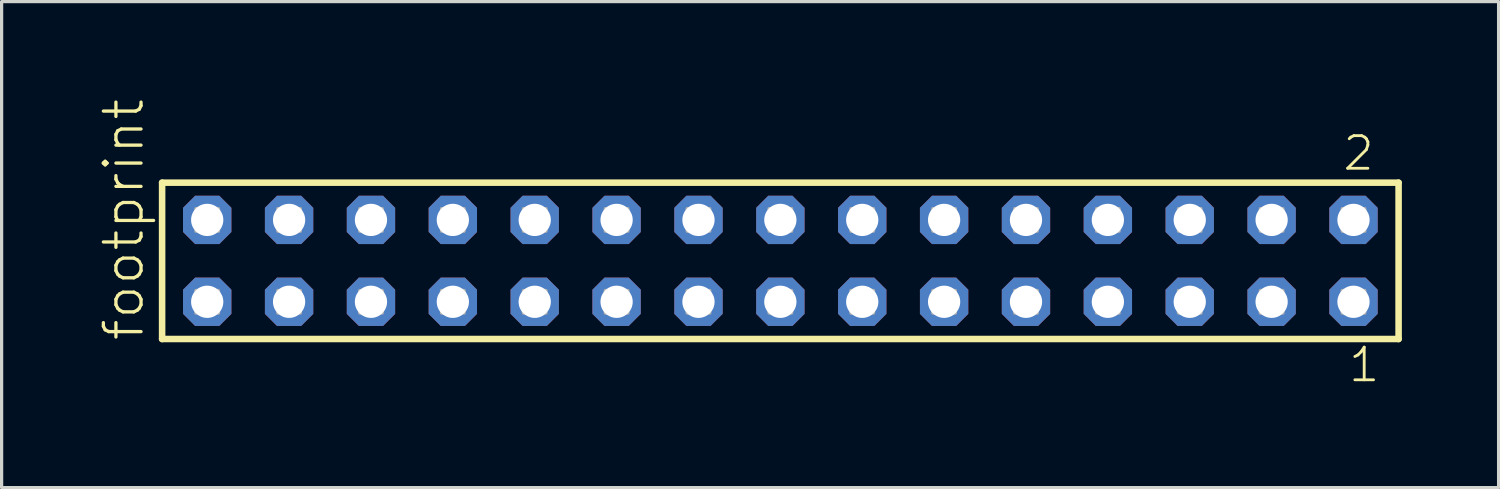
<source format=kicad_pcb>
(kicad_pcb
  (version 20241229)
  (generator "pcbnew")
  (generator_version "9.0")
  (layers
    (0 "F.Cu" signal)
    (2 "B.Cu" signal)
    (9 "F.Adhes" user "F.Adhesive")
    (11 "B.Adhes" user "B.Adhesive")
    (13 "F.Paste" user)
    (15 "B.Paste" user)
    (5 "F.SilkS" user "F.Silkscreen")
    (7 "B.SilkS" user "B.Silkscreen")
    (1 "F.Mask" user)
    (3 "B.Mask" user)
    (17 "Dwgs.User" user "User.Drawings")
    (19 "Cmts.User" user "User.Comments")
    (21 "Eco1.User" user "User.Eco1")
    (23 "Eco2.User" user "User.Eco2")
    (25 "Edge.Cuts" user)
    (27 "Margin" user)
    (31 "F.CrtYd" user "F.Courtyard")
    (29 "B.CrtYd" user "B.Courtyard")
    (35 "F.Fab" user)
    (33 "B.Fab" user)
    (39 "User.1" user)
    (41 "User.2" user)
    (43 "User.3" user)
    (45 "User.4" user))
  (footprint "footprint"
    (layer "F.Cu")
    (at 21.158 5.042)
    (property "Reference" "footprint" (at -19.685 2.54 90) (layer "F.SilkS") (effects (font (size 1.168 1.168) (thickness 0.102)) (justify left bottom)))
    (fp_line (start -19.179 -2.425) (end 19.179 -2.425) (stroke (width 0.203) (type solid)) (layer "F.SilkS"))
    (fp_line (start -19.179 2.425) (end -19.179 -2.425) (stroke (width 0.203) (type solid)) (layer "F.SilkS"))
    (fp_line (start 19.179 -2.425) (end 19.179 2.425) (stroke (width 0.203) (type solid)) (layer "F.SilkS"))
    (fp_line (start 19.179 2.425) (end -19.179 2.425) (stroke (width 0.203) (type solid)) (layer "F.SilkS"))
    (fp_poly (pts (xy -18.13 -0.92) (xy -17.43 -0.92) (xy -17.43 -1.62) (xy -18.13 -1.62)) (stroke (width 0.1) (type solid)) (fill no) (layer "F.Fab"))
    (fp_poly (pts (xy -18.13 1.62) (xy -17.43 1.62) (xy -17.43 0.92) (xy -18.13 0.92)) (stroke (width 0.1) (type solid)) (fill no) (layer "F.Fab"))
    (fp_poly (pts (xy -15.59 -0.92) (xy -14.89 -0.92) (xy -14.89 -1.62) (xy -15.59 -1.62)) (stroke (width 0.1) (type solid)) (fill no) (layer "F.Fab"))
    (fp_poly (pts (xy -15.59 1.62) (xy -14.89 1.62) (xy -14.89 0.92) (xy -15.59 0.92)) (stroke (width 0.1) (type solid)) (fill no) (layer "F.Fab"))
    (fp_poly (pts (xy -13.05 -0.92) (xy -12.35 -0.92) (xy -12.35 -1.62) (xy -13.05 -1.62)) (stroke (width 0.1) (type solid)) (fill no) (layer "F.Fab"))
    (fp_poly (pts (xy -13.05 1.62) (xy -12.35 1.62) (xy -12.35 0.92) (xy -13.05 0.92)) (stroke (width 0.1) (type solid)) (fill no) (layer "F.Fab"))
    (fp_poly (pts (xy -10.51 -0.92) (xy -9.81 -0.92) (xy -9.81 -1.62) (xy -10.51 -1.62)) (stroke (width 0.1) (type solid)) (fill no) (layer "F.Fab"))
    (fp_poly (pts (xy -10.51 1.62) (xy -9.81 1.62) (xy -9.81 0.92) (xy -10.51 0.92)) (stroke (width 0.1) (type solid)) (fill no) (layer "F.Fab"))
    (fp_poly (pts (xy -7.97 -0.92) (xy -7.27 -0.92) (xy -7.27 -1.62) (xy -7.97 -1.62)) (stroke (width 0.1) (type solid)) (fill no) (layer "F.Fab"))
    (fp_poly (pts (xy -7.97 1.62) (xy -7.27 1.62) (xy -7.27 0.92) (xy -7.97 0.92)) (stroke (width 0.1) (type solid)) (fill no) (layer "F.Fab"))
    (fp_poly (pts (xy -5.43 -0.92) (xy -4.73 -0.92) (xy -4.73 -1.62) (xy -5.43 -1.62)) (stroke (width 0.1) (type solid)) (fill no) (layer "F.Fab"))
    (fp_poly (pts (xy -5.43 1.62) (xy -4.73 1.62) (xy -4.73 0.92) (xy -5.43 0.92)) (stroke (width 0.1) (type solid)) (fill no) (layer "F.Fab"))
    (fp_poly (pts (xy -2.89 -0.92) (xy -2.19 -0.92) (xy -2.19 -1.62) (xy -2.89 -1.62)) (stroke (width 0.1) (type solid)) (fill no) (layer "F.Fab"))
    (fp_poly (pts (xy -2.89 1.62) (xy -2.19 1.62) (xy -2.19 0.92) (xy -2.89 0.92)) (stroke (width 0.1) (type solid)) (fill no) (layer "F.Fab"))
    (fp_poly (pts (xy -0.35 -0.92) (xy 0.35 -0.92) (xy 0.35 -1.62) (xy -0.35 -1.62)) (stroke (width 0.1) (type solid)) (fill no) (layer "F.Fab"))
    (fp_poly (pts (xy -0.35 1.62) (xy 0.35 1.62) (xy 0.35 0.92) (xy -0.35 0.92)) (stroke (width 0.1) (type solid)) (fill no) (layer "F.Fab"))
    (fp_poly (pts (xy 2.19 -0.92) (xy 2.89 -0.92) (xy 2.89 -1.62) (xy 2.19 -1.62)) (stroke (width 0.1) (type solid)) (fill no) (layer "F.Fab"))
    (fp_poly (pts (xy 2.19 1.62) (xy 2.89 1.62) (xy 2.89 0.92) (xy 2.19 0.92)) (stroke (width 0.1) (type solid)) (fill no) (layer "F.Fab"))
    (fp_poly (pts (xy 4.73 -0.92) (xy 5.43 -0.92) (xy 5.43 -1.62) (xy 4.73 -1.62)) (stroke (width 0.1) (type solid)) (fill no) (layer "F.Fab"))
    (fp_poly (pts (xy 4.73 1.62) (xy 5.43 1.62) (xy 5.43 0.92) (xy 4.73 0.92)) (stroke (width 0.1) (type solid)) (fill no) (layer "F.Fab"))
    (fp_poly (pts (xy 7.27 -0.92) (xy 7.97 -0.92) (xy 7.97 -1.62) (xy 7.27 -1.62)) (stroke (width 0.1) (type solid)) (fill no) (layer "F.Fab"))
    (fp_poly (pts (xy 7.27 1.62) (xy 7.97 1.62) (xy 7.97 0.92) (xy 7.27 0.92)) (stroke (width 0.1) (type solid)) (fill no) (layer "F.Fab"))
    (fp_poly (pts (xy 9.81 -0.92) (xy 10.51 -0.92) (xy 10.51 -1.62) (xy 9.81 -1.62)) (stroke (width 0.1) (type solid)) (fill no) (layer "F.Fab"))
    (fp_poly (pts (xy 9.81 1.62) (xy 10.51 1.62) (xy 10.51 0.92) (xy 9.81 0.92)) (stroke (width 0.1) (type solid)) (fill no) (layer "F.Fab"))
    (fp_poly (pts (xy 12.35 -0.92) (xy 13.05 -0.92) (xy 13.05 -1.62) (xy 12.35 -1.62)) (stroke (width 0.1) (type solid)) (fill no) (layer "F.Fab"))
    (fp_poly (pts (xy 12.35 1.62) (xy 13.05 1.62) (xy 13.05 0.92) (xy 12.35 0.92)) (stroke (width 0.1) (type solid)) (fill no) (layer "F.Fab"))
    (fp_poly (pts (xy 14.89 -0.92) (xy 15.59 -0.92) (xy 15.59 -1.62) (xy 14.89 -1.62)) (stroke (width 0.1) (type solid)) (fill no) (layer "F.Fab"))
    (fp_poly (pts (xy 14.89 1.62) (xy 15.59 1.62) (xy 15.59 0.92) (xy 14.89 0.92)) (stroke (width 0.1) (type solid)) (fill no) (layer "F.Fab"))
    (fp_poly (pts (xy 17.43 -0.92) (xy 18.13 -0.92) (xy 18.13 -1.62) (xy 17.43 -1.62)) (stroke (width 0.1) (type solid)) (fill no) (layer "F.Fab"))
    (fp_poly (pts (xy 17.43 1.62) (xy 18.13 1.62) (xy 18.13 0.92) (xy 17.43 0.92)) (stroke (width 0.1) (type solid)) (fill no) (layer "F.Fab"))
    (fp_text user "2" (at 17.397 -2.744 0) (layer "F.SilkS") (effects (font (size 1.012 1.012) (thickness 0.088)) (justify left bottom)))
    (fp_text user "1" (at 17.572 3.818 0) (layer "F.SilkS") (effects (font (size 1.012 1.012) (thickness 0.088)) (justify left bottom)))
    (pad "1" thru_hole roundrect (at 17.78 1.27 180) (size 1.5 1.5) (drill 1) (layers "*.Cu" "*.Mask") (roundrect_rratio 0.25) (chamfer_ratio 0.25) (chamfer top_left top_right bottom_left bottom_right))
    (pad "2" thru_hole roundrect (at 17.78 -1.27 180) (size 1.5 1.5) (drill 1) (layers "*.Cu" "*.Mask") (roundrect_rratio 0.25) (chamfer_ratio 0.25) (chamfer top_left top_right bottom_left bottom_right))
    (pad "3" thru_hole roundrect (at 15.24 1.27 180) (size 1.5 1.5) (drill 1) (layers "*.Cu" "*.Mask") (roundrect_rratio 0.25) (chamfer_ratio 0.25) (chamfer top_left top_right bottom_left bottom_right))
    (pad "4" thru_hole roundrect (at 15.24 -1.27 180) (size 1.5 1.5) (drill 1) (layers "*.Cu" "*.Mask") (roundrect_rratio 0.25) (chamfer_ratio 0.25) (chamfer top_left top_right bottom_left bottom_right))
    (pad "5" thru_hole roundrect (at 12.7 1.27 180) (size 1.5 1.5) (drill 1) (layers "*.Cu" "*.Mask") (roundrect_rratio 0.25) (chamfer_ratio 0.25) (chamfer top_left top_right bottom_left bottom_right))
    (pad "6" thru_hole roundrect (at 12.7 -1.27 180) (size 1.5 1.5) (drill 1) (layers "*.Cu" "*.Mask") (roundrect_rratio 0.25) (chamfer_ratio 0.25) (chamfer top_left top_right bottom_left bottom_right))
    (pad "7" thru_hole roundrect (at 10.16 1.27 180) (size 1.5 1.5) (drill 1) (layers "*.Cu" "*.Mask") (roundrect_rratio 0.25) (chamfer_ratio 0.25) (chamfer top_left top_right bottom_left bottom_right))
    (pad "8" thru_hole roundrect (at 10.16 -1.27 180) (size 1.5 1.5) (drill 1) (layers "*.Cu" "*.Mask") (roundrect_rratio 0.25) (chamfer_ratio 0.25) (chamfer top_left top_right bottom_left bottom_right))
    (pad "9" thru_hole roundrect (at 7.62 1.27 180) (size 1.5 1.5) (drill 1) (layers "*.Cu" "*.Mask") (roundrect_rratio 0.25) (chamfer_ratio 0.25) (chamfer top_left top_right bottom_left bottom_right))
    (pad "10" thru_hole roundrect (at 7.62 -1.27 180) (size 1.5 1.5) (drill 1) (layers "*.Cu" "*.Mask") (roundrect_rratio 0.25) (chamfer_ratio 0.25) (chamfer top_left top_right bottom_left bottom_right))
    (pad "11" thru_hole roundrect (at 5.08 1.27 180) (size 1.5 1.5) (drill 1) (layers "*.Cu" "*.Mask") (roundrect_rratio 0.25) (chamfer_ratio 0.25) (chamfer top_left top_right bottom_left bottom_right))
    (pad "12" thru_hole roundrect (at 5.08 -1.27 180) (size 1.5 1.5) (drill 1) (layers "*.Cu" "*.Mask") (roundrect_rratio 0.25) (chamfer_ratio 0.25) (chamfer top_left top_right bottom_left bottom_right))
    (pad "13" thru_hole roundrect (at 2.54 1.27 180) (size 1.5 1.5) (drill 1) (layers "*.Cu" "*.Mask") (roundrect_rratio 0.25) (chamfer_ratio 0.25) (chamfer top_left top_right bottom_left bottom_right))
    (pad "14" thru_hole roundrect (at 2.54 -1.27 180) (size 1.5 1.5) (drill 1) (layers "*.Cu" "*.Mask") (roundrect_rratio 0.25) (chamfer_ratio 0.25) (chamfer top_left top_right bottom_left bottom_right))
    (pad "15" thru_hole roundrect (at 0 1.27 180) (size 1.5 1.5) (drill 1) (layers "*.Cu" "*.Mask") (roundrect_rratio 0.25) (chamfer_ratio 0.25) (chamfer top_left top_right bottom_left bottom_right))
    (pad "16" thru_hole roundrect (at 0 -1.27 180) (size 1.5 1.5) (drill 1) (layers "*.Cu" "*.Mask") (roundrect_rratio 0.25) (chamfer_ratio 0.25) (chamfer top_left top_right bottom_left bottom_right))
    (pad "17" thru_hole roundrect (at -2.54 1.27 180) (size 1.5 1.5) (drill 1) (layers "*.Cu" "*.Mask") (roundrect_rratio 0.25) (chamfer_ratio 0.25) (chamfer top_left top_right bottom_left bottom_right))
    (pad "18" thru_hole roundrect (at -2.54 -1.27 180) (size 1.5 1.5) (drill 1) (layers "*.Cu" "*.Mask") (roundrect_rratio 0.25) (chamfer_ratio 0.25) (chamfer top_left top_right bottom_left bottom_right))
    (pad "19" thru_hole roundrect (at -5.08 1.27 180) (size 1.5 1.5) (drill 1) (layers "*.Cu" "*.Mask") (roundrect_rratio 0.25) (chamfer_ratio 0.25) (chamfer top_left top_right bottom_left bottom_right))
    (pad "20" thru_hole roundrect (at -5.08 -1.27 180) (size 1.5 1.5) (drill 1) (layers "*.Cu" "*.Mask") (roundrect_rratio 0.25) (chamfer_ratio 0.25) (chamfer top_left top_right bottom_left bottom_right))
    (pad "21" thru_hole roundrect (at -7.62 1.27 180) (size 1.5 1.5) (drill 1) (layers "*.Cu" "*.Mask") (roundrect_rratio 0.25) (chamfer_ratio 0.25) (chamfer top_left top_right bottom_left bottom_right))
    (pad "22" thru_hole roundrect (at -7.62 -1.27 180) (size 1.5 1.5) (drill 1) (layers "*.Cu" "*.Mask") (roundrect_rratio 0.25) (chamfer_ratio 0.25) (chamfer top_left top_right bottom_left bottom_right))
    (pad "23" thru_hole roundrect (at -10.16 1.27 180) (size 1.5 1.5) (drill 1) (layers "*.Cu" "*.Mask") (roundrect_rratio 0.25) (chamfer_ratio 0.25) (chamfer top_left top_right bottom_left bottom_right))
    (pad "24" thru_hole roundrect (at -10.16 -1.27 180) (size 1.5 1.5) (drill 1) (layers "*.Cu" "*.Mask") (roundrect_rratio 0.25) (chamfer_ratio 0.25) (chamfer top_left top_right bottom_left bottom_right))
    (pad "25" thru_hole roundrect (at -12.7 1.27 180) (size 1.5 1.5) (drill 1) (layers "*.Cu" "*.Mask") (roundrect_rratio 0.25) (chamfer_ratio 0.25) (chamfer top_left top_right bottom_left bottom_right))
    (pad "26" thru_hole roundrect (at -12.7 -1.27 180) (size 1.5 1.5) (drill 1) (layers "*.Cu" "*.Mask") (roundrect_rratio 0.25) (chamfer_ratio 0.25) (chamfer top_left top_right bottom_left bottom_right))
    (pad "27" thru_hole roundrect (at -15.24 1.27 180) (size 1.5 1.5) (drill 1) (layers "*.Cu" "*.Mask") (roundrect_rratio 0.25) (chamfer_ratio 0.25) (chamfer top_left top_right bottom_left bottom_right))
    (pad "28" thru_hole roundrect (at -15.24 -1.27 180) (size 1.5 1.5) (drill 1) (layers "*.Cu" "*.Mask") (roundrect_rratio 0.25) (chamfer_ratio 0.25) (chamfer top_left top_right bottom_left bottom_right))
    (pad "29" thru_hole roundrect (at -17.78 1.27 180) (size 1.5 1.5) (drill 1) (layers "*.Cu" "*.Mask") (roundrect_rratio 0.25) (chamfer_ratio 0.25) (chamfer top_left top_right bottom_left bottom_right))
    (pad "30" thru_hole roundrect (at -17.78 -1.27 180) (size 1.5 1.5) (drill 1) (layers "*.Cu" "*.Mask") (roundrect_rratio 0.25) (chamfer_ratio 0.25) (chamfer top_left top_right bottom_left bottom_right)))
  (gr_rect
    (start -3 -3)
    (end 43.439 12.077)
    (stroke (width 0.1) (type default))
    (fill no)
    (layer "Edge.Cuts")))
</source>
